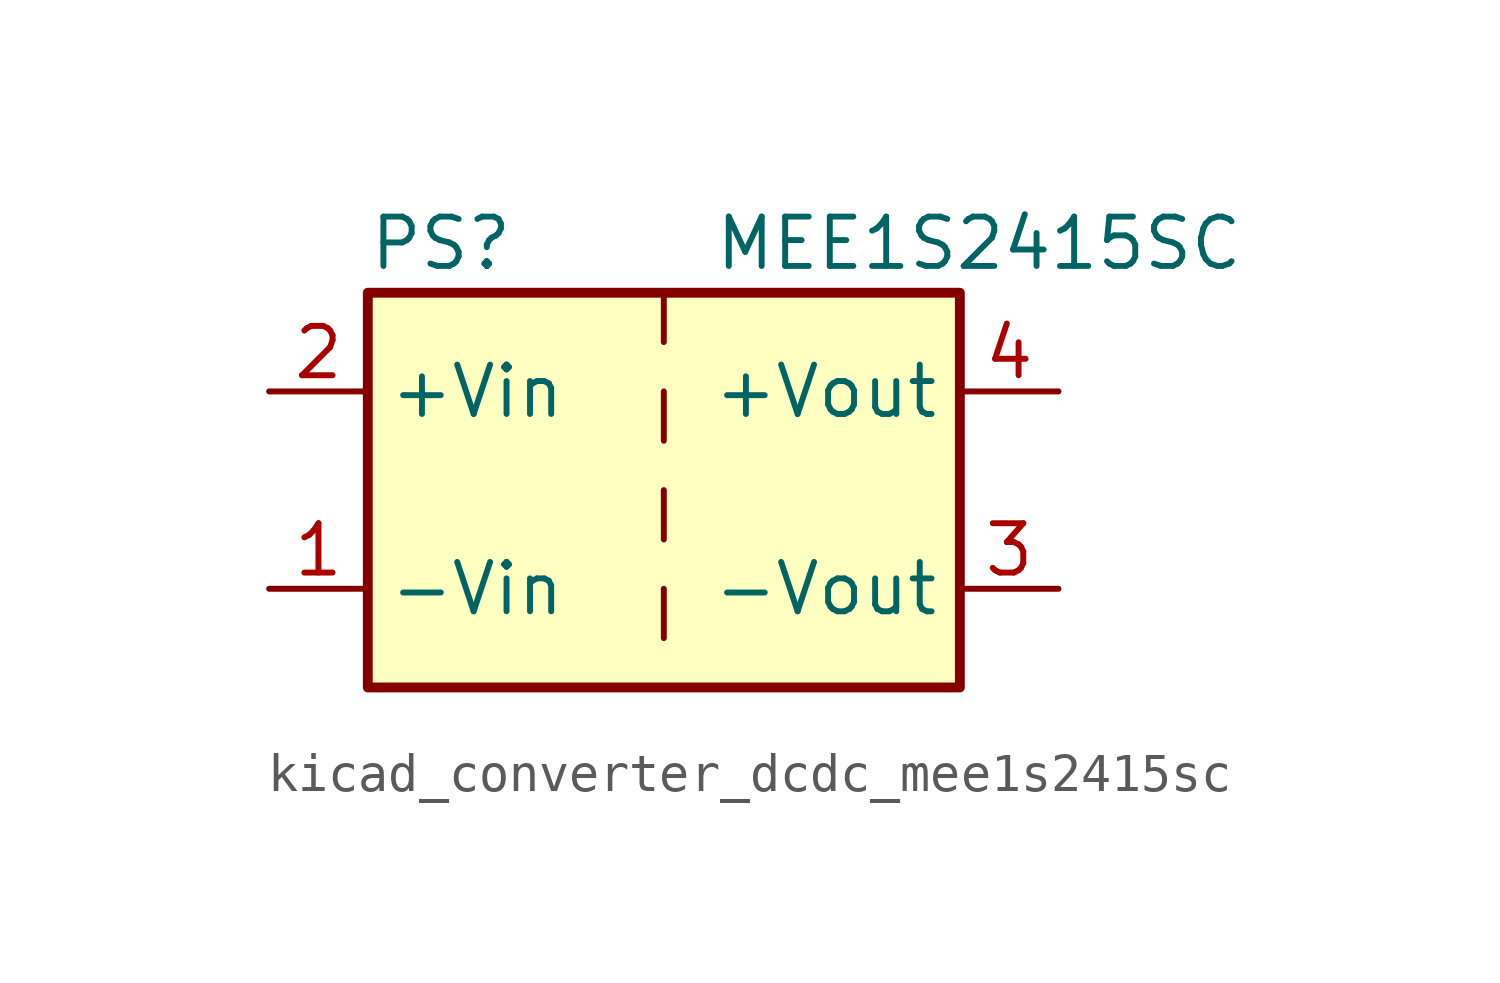
<source format=kicad_sym>
(kicad_symbol_lib
  (version 20220914)
  (generator kicad_symbol_editor)
  (symbol "kicad_converter_dcdc_mee1s2415sc"
    (property "Reference" "PS"
      (at -7.62 6.35 0)
      (effects (font (size 1.27 1.27)) (justify left)))
    (property "Value" "MEE1S2415SC"
      (at 1.27 6.35 0)
      (effects (font (size 1.27 1.27)) (justify left)))
    (symbol "kicad_converter_dcdc_mee1s2415sc_0_0"
      (pin power_in line (at -10.16 -2.54 0) (length 2.54) (name "-Vin" (effects (font (size 1.27 1.27)))) (number "1" (effects (font (size 1.27 1.27)))))
      (pin power_in line (at -10.16 2.54 0) (length 2.54) (name "+Vin" (effects (font (size 1.27 1.27)))) (number "2" (effects (font (size 1.27 1.27)))))
      (pin power_out line (at 10.16 -2.54 180) (length 2.54) (name "-Vout" (effects (font (size 1.27 1.27)))) (number "3" (effects (font (size 1.27 1.27)))))
      (pin power_out line (at 10.16 2.54 180) (length 2.54) (name "+Vout" (effects (font (size 1.27 1.27)))) (number "4" (effects (font (size 1.27 1.27))))))
    (symbol "kicad_converter_dcdc_mee1s2415sc_0_1"
      (rectangle (start -7.62 5.08) (end 7.62 -5.08) (stroke (width 0.254) (type default)) (fill (type background)))
      (polyline (pts (xy 0 -2.54) (xy 0 -3.81)) (stroke (width 0) (type default)) (fill (type none)))
      (polyline (pts (xy 0 0) (xy 0 -1.27)) (stroke (width 0) (type default)) (fill (type none)))
      (polyline (pts (xy 0 2.54) (xy 0 1.27)) (stroke (width 0) (type default)) (fill (type none)))
      (polyline (pts (xy 0 5.08) (xy 0 3.81)) (stroke (width 0) (type default)) (fill (type none))))))
</source>
